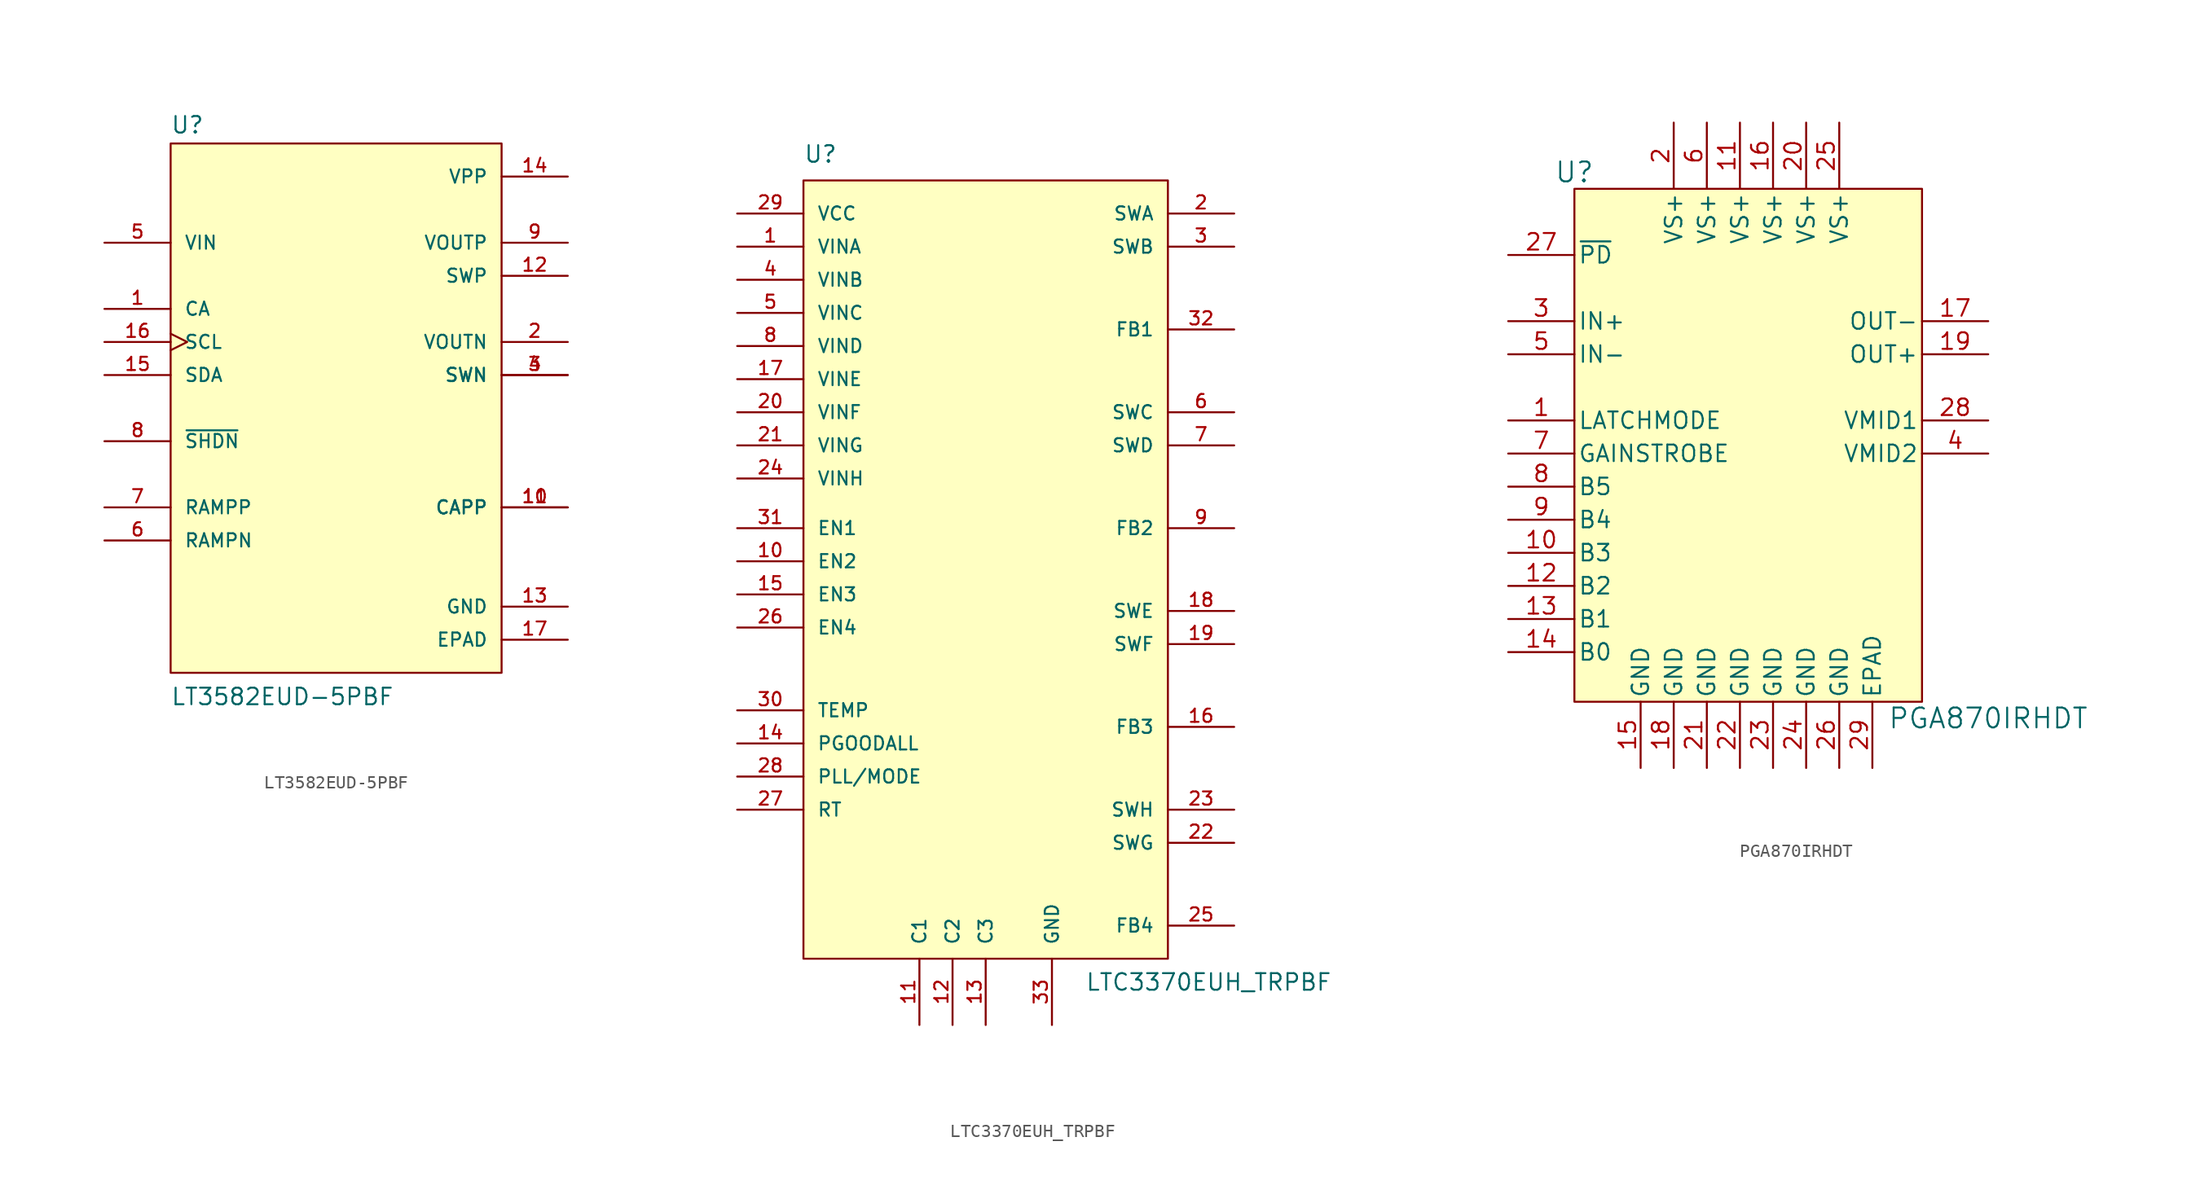
<source format=kicad_sym>
(kicad_symbol_lib
  (version 20220914)
  (generator kicad_symbol_editor)
  (symbol "LT3582EUD-5PBF"
    (pin_names
      (offset 1.016))
    (property "Reference" "U"
      (at -12.723 20.994 0)
      (effects (font (size 1.27 1.27)) (justify left bottom)))
    (property "Value" "LT3582EUD-5PBF"
      (at -12.72 -22.895 0)
      (effects (font (size 1.27 1.27)) (justify left bottom)))
    (symbol "LT3582EUD-5PBF_0_0"
      (rectangle (start -12.7 20.32) (end 12.7 -20.32) (stroke (width 0.152) (type default)) (fill (type background)))
      (pin input line (at -17.78 7.62 0) (length 5.08) (name "CA" (effects (font (size 1.016 1.016)))) (number "1" (effects (font (size 1.016 1.016)))))
      (pin passive line (at 17.78 -7.62 180) (length 5.08) (name "CAPP" (effects (font (size 1.016 1.016)))) (number "10" (effects (font (size 1.016 1.016)))))
      (pin passive line (at 17.78 -7.62 180) (length 5.08) (name "CAPP" (effects (font (size 1.016 1.016)))) (number "11" (effects (font (size 1.016 1.016)))))
      (pin output line (at 17.78 10.16 180) (length 5.08) (name "SWP" (effects (font (size 1.016 1.016)))) (number "12" (effects (font (size 1.016 1.016)))))
      (pin power_in line (at 17.78 -15.24 180) (length 5.08) (name "GND" (effects (font (size 1.016 1.016)))) (number "13" (effects (font (size 1.016 1.016)))))
      (pin power_in line (at 17.78 17.78 180) (length 5.08) (name "VPP" (effects (font (size 1.016 1.016)))) (number "14" (effects (font (size 1.016 1.016)))))
      (pin bidirectional line (at -17.78 2.54 0) (length 5.08) (name "SDA" (effects (font (size 1.016 1.016)))) (number "15" (effects (font (size 1.016 1.016)))))
      (pin input clock (at -17.78 5.08 0) (length 5.08) (name "SCL" (effects (font (size 1.016 1.016)))) (number "16" (effects (font (size 1.016 1.016)))))
      (pin power_in line (at 17.78 -17.78 180) (length 5.08) (name "EPAD" (effects (font (size 1.016 1.016)))) (number "17" (effects (font (size 1.016 1.016)))))
      (pin output line (at 17.78 5.08 180) (length 5.08) (name "VOUTN" (effects (font (size 1.016 1.016)))) (number "2" (effects (font (size 1.016 1.016)))))
      (pin output line (at 17.78 2.54 180) (length 5.08) (name "SWN" (effects (font (size 1.016 1.016)))) (number "3" (effects (font (size 1.016 1.016)))))
      (pin output line (at 17.78 2.54 180) (length 5.08) (name "SWN" (effects (font (size 1.016 1.016)))) (number "4" (effects (font (size 1.016 1.016)))))
      (pin input line (at -17.78 12.7 0) (length 5.08) (name "VIN" (effects (font (size 1.016 1.016)))) (number "5" (effects (font (size 1.016 1.016)))))
      (pin passive line (at -17.78 -10.16 0) (length 5.08) (name "RAMPN" (effects (font (size 1.016 1.016)))) (number "6" (effects (font (size 1.016 1.016)))))
      (pin passive line (at -17.78 -7.62 0) (length 5.08) (name "RAMPP" (effects (font (size 1.016 1.016)))) (number "7" (effects (font (size 1.016 1.016)))))
      (pin input line (at -17.78 -2.54 0) (length 5.08) (name "~{SHDN}" (effects (font (size 1.016 1.016)))) (number "8" (effects (font (size 1.016 1.016)))))
      (pin output line (at 17.78 12.7 180) (length 5.08) (name "VOUTP" (effects (font (size 1.016 1.016)))) (number "9" (effects (font (size 1.016 1.016)))))))
  (symbol "LTC3370EUH_TRPBF"
    (pin_names
      (offset 1.016))
    (property "Reference" "U"
      (at -12.7 27.94 0)
      (effects (font (size 1.27 1.27)) (justify left bottom)))
    (property "Value" "LTC3370EUH_TRPBF"
      (at 8.89 -35.56 0)
      (effects (font (size 1.27 1.27)) (justify left bottom)))
    (symbol "LTC3370EUH_TRPBF_0_0"
      (rectangle (start -12.7 26.67) (end 15.24 -33.02) (stroke (width 0.152) (type default)) (fill (type background))))
    (symbol "LTC3370EUH_TRPBF_1_0"
      (pin input line (at -17.78 21.59 0) (length 5.08) (name "VINA" (effects (font (size 1.016 1.016)))) (number "1" (effects (font (size 1.016 1.016)))))
      (pin input line (at -17.78 -2.54 0) (length 5.08) (name "EN2" (effects (font (size 1.016 1.016)))) (number "10" (effects (font (size 1.016 1.016)))))
      (pin input line (at -3.81 -38.1 90) (length 5.08) (name "C1" (effects (font (size 1.016 1.016)))) (number "11" (effects (font (size 1.016 1.016)))))
      (pin input line (at -1.27 -38.1 90) (length 5.08) (name "C2" (effects (font (size 1.016 1.016)))) (number "12" (effects (font (size 1.016 1.016)))))
      (pin input line (at 1.27 -38.1 90) (length 5.08) (name "C3" (effects (font (size 1.016 1.016)))) (number "13" (effects (font (size 1.016 1.016)))))
      (pin output line (at -17.78 -16.51 0) (length 5.08) (name "PGOODALL" (effects (font (size 1.016 1.016)))) (number "14" (effects (font (size 1.016 1.016)))))
      (pin input line (at -17.78 -5.08 0) (length 5.08) (name "EN3" (effects (font (size 1.016 1.016)))) (number "15" (effects (font (size 1.016 1.016)))))
      (pin output line (at 20.32 -15.24 180) (length 5.08) (name "FB3" (effects (font (size 1.016 1.016)))) (number "16" (effects (font (size 1.016 1.016)))))
      (pin input line (at -17.78 11.43 0) (length 5.08) (name "VINE" (effects (font (size 1.016 1.016)))) (number "17" (effects (font (size 1.016 1.016)))))
      (pin passive line (at 20.32 -6.35 180) (length 5.08) (name "SWE" (effects (font (size 1.016 1.016)))) (number "18" (effects (font (size 1.016 1.016)))))
      (pin passive line (at 20.32 -8.89 180) (length 5.08) (name "SWF" (effects (font (size 1.016 1.016)))) (number "19" (effects (font (size 1.016 1.016)))))
      (pin passive line (at 20.32 24.13 180) (length 5.08) (name "SWA" (effects (font (size 1.016 1.016)))) (number "2" (effects (font (size 1.016 1.016)))))
      (pin input line (at -17.78 8.89 0) (length 5.08) (name "VINF" (effects (font (size 1.016 1.016)))) (number "20" (effects (font (size 1.016 1.016)))))
      (pin input line (at -17.78 6.35 0) (length 5.08) (name "VING" (effects (font (size 1.016 1.016)))) (number "21" (effects (font (size 1.016 1.016)))))
      (pin passive line (at 20.32 -24.13 180) (length 5.08) (name "SWG" (effects (font (size 1.016 1.016)))) (number "22" (effects (font (size 1.016 1.016)))))
      (pin passive line (at 20.32 -21.59 180) (length 5.08) (name "SWH" (effects (font (size 1.016 1.016)))) (number "23" (effects (font (size 1.016 1.016)))))
      (pin input line (at -17.78 3.81 0) (length 5.08) (name "VINH" (effects (font (size 1.016 1.016)))) (number "24" (effects (font (size 1.016 1.016)))))
      (pin output line (at 20.32 -30.48 180) (length 5.08) (name "FB4" (effects (font (size 1.016 1.016)))) (number "25" (effects (font (size 1.016 1.016)))))
      (pin input line (at -17.78 -7.62 0) (length 5.08) (name "EN4" (effects (font (size 1.016 1.016)))) (number "26" (effects (font (size 1.016 1.016)))))
      (pin passive line (at -17.78 -21.59 0) (length 5.08) (name "RT" (effects (font (size 1.016 1.016)))) (number "27" (effects (font (size 1.016 1.016)))))
      (pin passive line (at -17.78 -19.05 0) (length 5.08) (name "PLL/MODE" (effects (font (size 1.016 1.016)))) (number "28" (effects (font (size 1.016 1.016)))))
      (pin power_in line (at -17.78 24.13 0) (length 5.08) (name "VCC" (effects (font (size 1.016 1.016)))) (number "29" (effects (font (size 1.016 1.016)))))
      (pin passive line (at 20.32 21.59 180) (length 5.08) (name "SWB" (effects (font (size 1.016 1.016)))) (number "3" (effects (font (size 1.016 1.016)))))
      (pin output line (at -17.78 -13.97 0) (length 5.08) (name "TEMP" (effects (font (size 1.016 1.016)))) (number "30" (effects (font (size 1.016 1.016)))))
      (pin input line (at -17.78 0 0) (length 5.08) (name "EN1" (effects (font (size 1.016 1.016)))) (number "31" (effects (font (size 1.016 1.016)))))
      (pin output line (at 20.32 15.24 180) (length 5.08) (name "FB1" (effects (font (size 1.016 1.016)))) (number "32" (effects (font (size 1.016 1.016)))))
      (pin power_in line (at 6.35 -38.1 90) (length 5.08) (name "GND" (effects (font (size 1.016 1.016)))) (number "33" (effects (font (size 1.016 1.016)))))
      (pin input line (at -17.78 19.05 0) (length 5.08) (name "VINB" (effects (font (size 1.016 1.016)))) (number "4" (effects (font (size 1.016 1.016)))))
      (pin input line (at -17.78 16.51 0) (length 5.08) (name "VINC" (effects (font (size 1.016 1.016)))) (number "5" (effects (font (size 1.016 1.016)))))
      (pin passive line (at 20.32 8.89 180) (length 5.08) (name "SWC" (effects (font (size 1.016 1.016)))) (number "6" (effects (font (size 1.016 1.016)))))
      (pin passive line (at 20.32 6.35 180) (length 5.08) (name "SWD" (effects (font (size 1.016 1.016)))) (number "7" (effects (font (size 1.016 1.016)))))
      (pin input line (at -17.78 13.97 0) (length 5.08) (name "VIND" (effects (font (size 1.016 1.016)))) (number "8" (effects (font (size 1.016 1.016)))))
      (pin output line (at 20.32 0 180) (length 5.08) (name "FB2" (effects (font (size 1.016 1.016)))) (number "9" (effects (font (size 1.016 1.016)))))))
  (symbol "PGA870IRHDT"
    (pin_names
      (offset 0.254))
    (property "Reference" "U"
      (at -13.97 20.32 0)
      (effects (font (size 1.524 1.524))))
    (property "Value" "PGA870IRHDT"
      (at 17.78 -21.59 0)
      (effects (font (size 1.524 1.524))))
    (symbol "PGA870IRHDT_1_1"
      (rectangle (start -13.97 19.05) (end 12.7 -20.32) (stroke (width 0) (type default)) (fill (type background)))
      (pin unspecified line (at -19.05 1.27 0) (length 5.08) (name "LATCHMODE" (effects (font (size 1.27 1.27)))) (number "1" (effects (font (size 1.27 1.27)))))
      (pin unspecified line (at -19.05 -8.89 0) (length 5.08) (name "B3" (effects (font (size 1.27 1.27)))) (number "10" (effects (font (size 1.27 1.27)))))
      (pin power_in line (at -1.27 24.13 270) (length 5.08) (name "VS+" (effects (font (size 1.27 1.27)))) (number "11" (effects (font (size 1.27 1.27)))))
      (pin unspecified line (at -19.05 -11.43 0) (length 5.08) (name "B2" (effects (font (size 1.27 1.27)))) (number "12" (effects (font (size 1.27 1.27)))))
      (pin unspecified line (at -19.05 -13.97 0) (length 5.08) (name "B1" (effects (font (size 1.27 1.27)))) (number "13" (effects (font (size 1.27 1.27)))))
      (pin unspecified line (at -19.05 -16.51 0) (length 5.08) (name "B0" (effects (font (size 1.27 1.27)))) (number "14" (effects (font (size 1.27 1.27)))))
      (pin power_in line (at -8.89 -25.4 90) (length 5.08) (name "GND" (effects (font (size 1.27 1.27)))) (number "15" (effects (font (size 1.27 1.27)))))
      (pin power_in line (at 1.27 24.13 270) (length 5.08) (name "VS+" (effects (font (size 1.27 1.27)))) (number "16" (effects (font (size 1.27 1.27)))))
      (pin output line (at 17.78 8.89 180) (length 5.08) (name "OUT-" (effects (font (size 1.27 1.27)))) (number "17" (effects (font (size 1.27 1.27)))))
      (pin power_in line (at -6.35 -25.4 90) (length 5.08) (name "GND" (effects (font (size 1.27 1.27)))) (number "18" (effects (font (size 1.27 1.27)))))
      (pin output line (at 17.78 6.35 180) (length 5.08) (name "OUT+" (effects (font (size 1.27 1.27)))) (number "19" (effects (font (size 1.27 1.27)))))
      (pin power_in line (at -6.35 24.13 270) (length 5.08) (name "VS+" (effects (font (size 1.27 1.27)))) (number "2" (effects (font (size 1.27 1.27)))))
      (pin power_in line (at 3.81 24.13 270) (length 5.08) (name "VS+" (effects (font (size 1.27 1.27)))) (number "20" (effects (font (size 1.27 1.27)))))
      (pin power_in line (at -3.81 -25.4 90) (length 5.08) (name "GND" (effects (font (size 1.27 1.27)))) (number "21" (effects (font (size 1.27 1.27)))))
      (pin power_in line (at -1.27 -25.4 90) (length 5.08) (name "GND" (effects (font (size 1.27 1.27)))) (number "22" (effects (font (size 1.27 1.27)))))
      (pin power_in line (at 1.27 -25.4 90) (length 5.08) (name "GND" (effects (font (size 1.27 1.27)))) (number "23" (effects (font (size 1.27 1.27)))))
      (pin power_in line (at 3.81 -25.4 90) (length 5.08) (name "GND" (effects (font (size 1.27 1.27)))) (number "24" (effects (font (size 1.27 1.27)))))
      (pin power_in line (at 6.35 24.13 270) (length 5.08) (name "VS+" (effects (font (size 1.27 1.27)))) (number "25" (effects (font (size 1.27 1.27)))))
      (pin power_in line (at 6.35 -25.4 90) (length 5.08) (name "GND" (effects (font (size 1.27 1.27)))) (number "26" (effects (font (size 1.27 1.27)))))
      (pin power_in line (at -19.05 13.97 0) (length 5.08) (name "~{PD}" (effects (font (size 1.27 1.27)))) (number "27" (effects (font (size 1.27 1.27)))))
      (pin unspecified line (at 17.78 1.27 180) (length 5.08) (name "VMID1" (effects (font (size 1.27 1.27)))) (number "28" (effects (font (size 1.27 1.27)))))
      (pin unspecified line (at 8.89 -25.4 90) (length 5.08) (name "EPAD" (effects (font (size 1.27 1.27)))) (number "29" (effects (font (size 1.27 1.27)))))
      (pin input line (at -19.05 8.89 0) (length 5.08) (name "IN+" (effects (font (size 1.27 1.27)))) (number "3" (effects (font (size 1.27 1.27)))))
      (pin output line (at 17.78 -1.27 180) (length 5.08) (name "VMID2" (effects (font (size 1.27 1.27)))) (number "4" (effects (font (size 1.27 1.27)))))
      (pin input line (at -19.05 6.35 0) (length 5.08) (name "IN-" (effects (font (size 1.27 1.27)))) (number "5" (effects (font (size 1.27 1.27)))))
      (pin power_in line (at -3.81 24.13 270) (length 5.08) (name "VS+" (effects (font (size 1.27 1.27)))) (number "6" (effects (font (size 1.27 1.27)))))
      (pin unspecified line (at -19.05 -1.27 0) (length 5.08) (name "GAINSTROBE" (effects (font (size 1.27 1.27)))) (number "7" (effects (font (size 1.27 1.27)))))
      (pin unspecified line (at -19.05 -3.81 0) (length 5.08) (name "B5" (effects (font (size 1.27 1.27)))) (number "8" (effects (font (size 1.27 1.27)))))
      (pin unspecified line (at -19.05 -6.35 0) (length 5.08) (name "B4" (effects (font (size 1.27 1.27)))) (number "9" (effects (font (size 1.27 1.27))))))))
</source>
